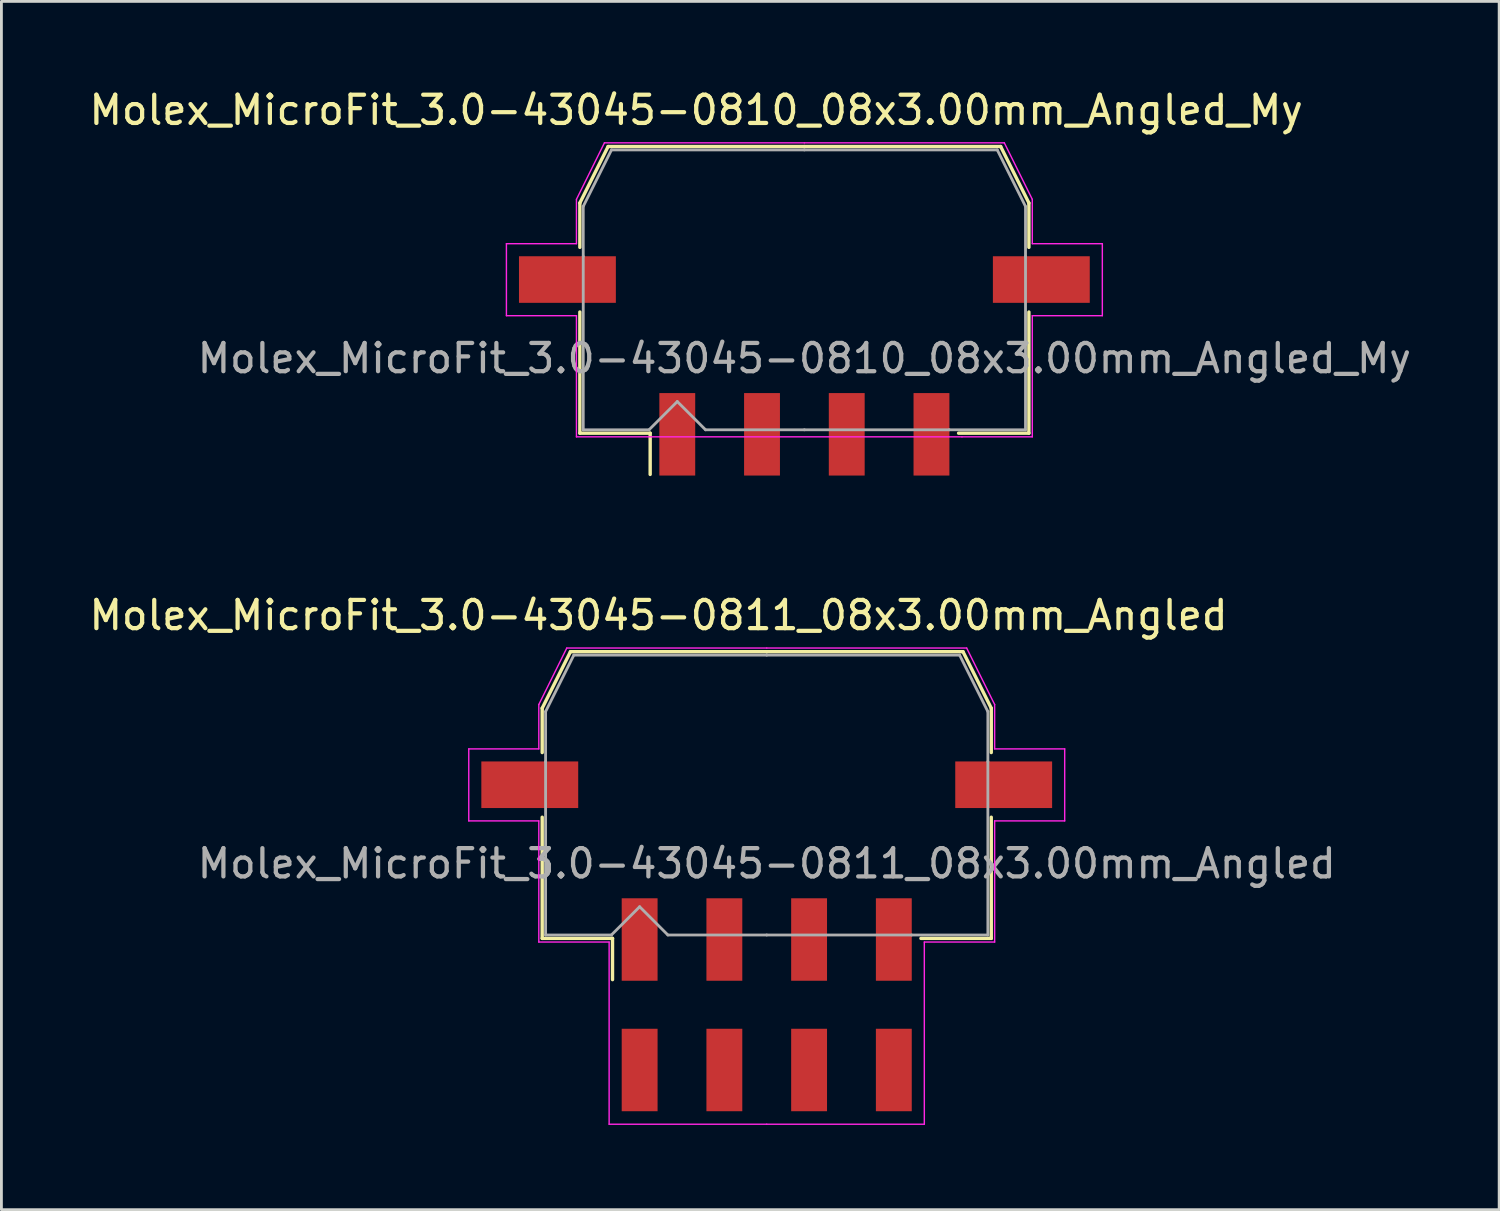
<source format=kicad_pcb>
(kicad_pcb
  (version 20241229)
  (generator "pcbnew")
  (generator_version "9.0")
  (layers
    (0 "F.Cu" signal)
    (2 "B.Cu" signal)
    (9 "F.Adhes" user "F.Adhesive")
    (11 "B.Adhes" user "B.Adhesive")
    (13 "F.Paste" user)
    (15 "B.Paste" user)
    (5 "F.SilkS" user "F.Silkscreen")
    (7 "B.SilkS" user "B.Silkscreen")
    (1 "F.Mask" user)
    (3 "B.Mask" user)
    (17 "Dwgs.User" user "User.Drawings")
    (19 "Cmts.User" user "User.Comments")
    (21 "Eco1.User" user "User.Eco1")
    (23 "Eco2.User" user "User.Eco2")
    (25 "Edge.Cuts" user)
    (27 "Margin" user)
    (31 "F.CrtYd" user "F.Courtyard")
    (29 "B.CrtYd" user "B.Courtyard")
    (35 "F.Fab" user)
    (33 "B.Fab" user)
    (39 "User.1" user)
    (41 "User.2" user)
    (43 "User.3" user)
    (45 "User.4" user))
  (footprint "Molex_MicroFit_3.0-43045-0811_08x3.00mm_Angled"
    (layer "F.Cu")
    (at 24.098 32.526)
    (property "Reference" "Molex_MicroFit_3.0-43045-0811_08x3.00mm_Angled" (at -3.83 -13.79 0) (layer "F.SilkS") (effects (font (size 1 1) (thickness 0.15))))
    (attr smd)
    (fp_line (start -7.95 -10.5) (end -7.95 -8.93) (stroke (width 0.12) (type solid)) (layer "F.SilkS"))
    (fp_line (start -7.95 -6.64) (end -7.95 -2.35) (stroke (width 0.12) (type solid)) (layer "F.SilkS"))
    (fp_line (start -7.95 -2.35) (end -5.46 -2.35) (stroke (width 0.12) (type solid)) (layer "F.SilkS"))
    (fp_line (start -6.95 -12.5) (end -7.95 -10.5) (stroke (width 0.12) (type solid)) (layer "F.SilkS"))
    (fp_line (start -5.46 -2.35) (end -5.46 -0.89) (stroke (width 0.12) (type solid)) (layer "F.SilkS"))
    (fp_line (start 0 -12.5) (end -6.95 -12.5) (stroke (width 0.12) (type solid)) (layer "F.SilkS"))
    (fp_line (start 0 -12.5) (end 6.95 -12.5) (stroke (width 0.12) (type solid)) (layer "F.SilkS"))
    (fp_line (start 6.95 -12.5) (end 7.95 -10.5) (stroke (width 0.12) (type solid)) (layer "F.SilkS"))
    (fp_line (start 7.95 -10.5) (end 7.95 -8.93) (stroke (width 0.12) (type solid)) (layer "F.SilkS"))
    (fp_line (start 7.95 -6.64) (end 7.95 -2.35) (stroke (width 0.12) (type solid)) (layer "F.SilkS"))
    (fp_line (start 7.95 -2.35) (end 5.46 -2.35) (stroke (width 0.12) (type solid)) (layer "F.SilkS"))
    (fp_line (start -10.55 -9.06) (end -10.55 -6.51) (stroke (width 0.05) (type solid)) (layer "F.CrtYd"))
    (fp_line (start -10.55 -6.51) (end -8.07 -6.51) (stroke (width 0.05) (type solid)) (layer "F.CrtYd"))
    (fp_line (start -8.07 -10.63) (end -8.07 -9.06) (stroke (width 0.05) (type solid)) (layer "F.CrtYd"))
    (fp_line (start -8.07 -9.06) (end -10.55 -9.06) (stroke (width 0.05) (type solid)) (layer "F.CrtYd"))
    (fp_line (start -8.07 -6.51) (end -8.07 -2.22) (stroke (width 0.05) (type solid)) (layer "F.CrtYd"))
    (fp_line (start -8.07 -2.22) (end -5.58 -2.22) (stroke (width 0.05) (type solid)) (layer "F.CrtYd"))
    (fp_line (start -7.08 -12.63) (end -8.07 -10.63) (stroke (width 0.05) (type solid)) (layer "F.CrtYd"))
    (fp_line (start -5.58 -2.22) (end -5.58 4.23) (stroke (width 0.05) (type solid)) (layer "F.CrtYd"))
    (fp_line (start -5.58 4.23) (end 0 4.23) (stroke (width 0.05) (type solid)) (layer "F.CrtYd"))
    (fp_line (start 0 -12.63) (end -7.08 -12.63) (stroke (width 0.05) (type solid)) (layer "F.CrtYd"))
    (fp_line (start 0 -12.63) (end 7.08 -12.63) (stroke (width 0.05) (type solid)) (layer "F.CrtYd"))
    (fp_line (start 5.58 -2.22) (end 5.58 4.23) (stroke (width 0.05) (type solid)) (layer "F.CrtYd"))
    (fp_line (start 5.58 4.23) (end 0 4.23) (stroke (width 0.05) (type solid)) (layer "F.CrtYd"))
    (fp_line (start 7.08 -12.63) (end 8.07 -10.63) (stroke (width 0.05) (type solid)) (layer "F.CrtYd"))
    (fp_line (start 8.07 -10.63) (end 8.07 -9.06) (stroke (width 0.05) (type solid)) (layer "F.CrtYd"))
    (fp_line (start 8.07 -9.06) (end 10.55 -9.06) (stroke (width 0.05) (type solid)) (layer "F.CrtYd"))
    (fp_line (start 8.07 -6.51) (end 8.07 -2.22) (stroke (width 0.05) (type solid)) (layer "F.CrtYd"))
    (fp_line (start 8.07 -2.22) (end 5.58 -2.22) (stroke (width 0.05) (type solid)) (layer "F.CrtYd"))
    (fp_line (start 10.55 -9.06) (end 10.55 -6.51) (stroke (width 0.05) (type solid)) (layer "F.CrtYd"))
    (fp_line (start 10.55 -6.51) (end 8.07 -6.51) (stroke (width 0.05) (type solid)) (layer "F.CrtYd"))
    (fp_line (start -7.83 -10.38) (end -7.83 -8.61) (stroke (width 0.1) (type solid)) (layer "F.Fab"))
    (fp_line (start -7.83 -8.61) (end -7.83 -2.47) (stroke (width 0.1) (type solid)) (layer "F.Fab"))
    (fp_line (start -7.83 -2.47) (end -5.5 -2.47) (stroke (width 0.1) (type solid)) (layer "F.Fab"))
    (fp_line (start -6.83 -12.38) (end -7.83 -10.38) (stroke (width 0.1) (type solid)) (layer "F.Fab"))
    (fp_line (start -5.5 -2.47) (end -4.5 -3.47) (stroke (width 0.1) (type solid)) (layer "F.Fab"))
    (fp_line (start -4.5 -3.47) (end -3.5 -2.47) (stroke (width 0.1) (type solid)) (layer "F.Fab"))
    (fp_line (start -3.5 -2.47) (end 0 -2.47) (stroke (width 0.1) (type solid)) (layer "F.Fab"))
    (fp_line (start 0 -12.38) (end -6.83 -12.38) (stroke (width 0.1) (type solid)) (layer "F.Fab"))
    (fp_line (start 0 -12.38) (end 6.83 -12.38) (stroke (width 0.1) (type solid)) (layer "F.Fab"))
    (fp_line (start 5.13 -2.47) (end 0 -2.47) (stroke (width 0.1) (type solid)) (layer "F.Fab"))
    (fp_line (start 6.83 -12.38) (end 7.83 -10.38) (stroke (width 0.1) (type solid)) (layer "F.Fab"))
    (fp_line (start 7.83 -10.38) (end 7.83 -8.61) (stroke (width 0.1) (type solid)) (layer "F.Fab"))
    (fp_line (start 7.83 -8.61) (end 7.83 -2.47) (stroke (width 0.1) (type solid)) (layer "F.Fab"))
    (fp_line (start 7.83 -2.47) (end 5.13 -2.47) (stroke (width 0.1) (type solid)) (layer "F.Fab"))
    (fp_text user "${REFERENCE}" (at 0 -5 0) (layer "F.Fab") (effects (font (size 1 1) (thickness 0.15))))
    (pad "" smd rect (at -8.39 -7.79) (size 3.43 1.65) (layers "F.Cu" "F.Mask" "F.Paste"))
    (pad "" smd rect (at 8.39 -7.79) (size 3.43 1.65) (layers "F.Cu" "F.Mask" "F.Paste"))
    (pad "1" smd rect (at -4.5 -2.31) (size 1.27 2.92) (layers "F.Cu" "F.Mask" "F.Paste"))
    (pad "2" smd rect (at -1.5 -2.31) (size 1.27 2.92) (layers "F.Cu" "F.Mask" "F.Paste"))
    (pad "3" smd rect (at 1.5 -2.31) (size 1.27 2.92) (layers "F.Cu" "F.Mask" "F.Paste"))
    (pad "4" smd rect (at 4.5 -2.31) (size 1.27 2.92) (layers "F.Cu" "F.Mask" "F.Paste"))
    (pad "5" smd rect (at 4.5 2.31) (size 1.27 2.92) (layers "F.Cu" "F.Mask" "F.Paste"))
    (pad "6" smd rect (at 1.5 2.31) (size 1.27 2.92) (layers "F.Cu" "F.Mask" "F.Paste"))
    (pad "7" smd rect (at -1.5 2.31) (size 1.27 2.92) (layers "F.Cu" "F.Mask" "F.Paste"))
    (pad "8" smd rect (at -4.5 2.31) (size 1.27 2.92) (layers "F.Cu" "F.Mask" "F.Paste")))
  (footprint "Molex_MicroFit_3.0-43045-0810_08x3.00mm_Angled_My"
    (layer "F.Cu")
    (at 25.431 14.638)
    (property "Reference" "Molex_MicroFit_3.0-43045-0810_08x3.00mm_Angled_My" (at -3.83 -13.79 0) (layer "F.SilkS") (effects (font (size 1 1) (thickness 0.15))))
    (attr smd)
    (fp_line (start -7.95 -10.5) (end -7.95 -8.93) (stroke (width 0.12) (type solid)) (layer "F.SilkS"))
    (fp_line (start -7.95 -6.64) (end -7.95 -2.35) (stroke (width 0.12) (type solid)) (layer "F.SilkS"))
    (fp_line (start -7.95 -2.35) (end -5.46 -2.35) (stroke (width 0.12) (type solid)) (layer "F.SilkS"))
    (fp_line (start -6.95 -12.5) (end -7.95 -10.5) (stroke (width 0.12) (type solid)) (layer "F.SilkS"))
    (fp_line (start -5.46 -2.35) (end -5.46 -0.89) (stroke (width 0.12) (type solid)) (layer "F.SilkS"))
    (fp_line (start 0 -12.5) (end -6.95 -12.5) (stroke (width 0.12) (type solid)) (layer "F.SilkS"))
    (fp_line (start 0 -12.5) (end 6.95 -12.5) (stroke (width 0.12) (type solid)) (layer "F.SilkS"))
    (fp_line (start 6.95 -12.5) (end 7.95 -10.5) (stroke (width 0.12) (type solid)) (layer "F.SilkS"))
    (fp_line (start 7.95 -10.5) (end 7.95 -8.93) (stroke (width 0.12) (type solid)) (layer "F.SilkS"))
    (fp_line (start 7.95 -6.64) (end 7.95 -2.35) (stroke (width 0.12) (type solid)) (layer "F.SilkS"))
    (fp_line (start 7.95 -2.35) (end 5.46 -2.35) (stroke (width 0.12) (type solid)) (layer "F.SilkS"))
    (fp_line (start -10.55 -9.06) (end -10.55 -6.51) (stroke (width 0.05) (type solid)) (layer "F.CrtYd"))
    (fp_line (start -10.55 -6.51) (end -8.07 -6.51) (stroke (width 0.05) (type solid)) (layer "F.CrtYd"))
    (fp_line (start -8.07 -10.63) (end -8.07 -9.06) (stroke (width 0.05) (type solid)) (layer "F.CrtYd"))
    (fp_line (start -8.07 -9.06) (end -10.55 -9.06) (stroke (width 0.05) (type solid)) (layer "F.CrtYd"))
    (fp_line (start -8.07 -6.51) (end -8.07 -2.22) (stroke (width 0.05) (type solid)) (layer "F.CrtYd"))
    (fp_line (start -8.07 -2.22) (end 5.58 -2.22) (stroke (width 0.05) (type solid)) (layer "F.CrtYd"))
    (fp_line (start -7.08 -12.63) (end -8.07 -10.63) (stroke (width 0.05) (type solid)) (layer "F.CrtYd"))
    (fp_line (start 0 -12.63) (end -7.08 -12.63) (stroke (width 0.05) (type solid)) (layer "F.CrtYd"))
    (fp_line (start 0 -12.63) (end 7.08 -12.63) (stroke (width 0.05) (type solid)) (layer "F.CrtYd"))
    (fp_line (start 7.08 -12.63) (end 8.07 -10.63) (stroke (width 0.05) (type solid)) (layer "F.CrtYd"))
    (fp_line (start 8.07 -10.63) (end 8.07 -9.06) (stroke (width 0.05) (type solid)) (layer "F.CrtYd"))
    (fp_line (start 8.07 -9.06) (end 10.55 -9.06) (stroke (width 0.05) (type solid)) (layer "F.CrtYd"))
    (fp_line (start 8.07 -6.51) (end 8.07 -2.22) (stroke (width 0.05) (type solid)) (layer "F.CrtYd"))
    (fp_line (start 8.07 -2.22) (end 5.58 -2.22) (stroke (width 0.05) (type solid)) (layer "F.CrtYd"))
    (fp_line (start 10.55 -9.06) (end 10.55 -6.51) (stroke (width 0.05) (type solid)) (layer "F.CrtYd"))
    (fp_line (start 10.55 -6.51) (end 8.07 -6.51) (stroke (width 0.05) (type solid)) (layer "F.CrtYd"))
    (fp_line (start -7.83 -10.38) (end -7.83 -8.61) (stroke (width 0.1) (type solid)) (layer "F.Fab"))
    (fp_line (start -7.83 -8.61) (end -7.83 -2.47) (stroke (width 0.1) (type solid)) (layer "F.Fab"))
    (fp_line (start -7.83 -2.47) (end -5.5 -2.47) (stroke (width 0.1) (type solid)) (layer "F.Fab"))
    (fp_line (start -6.83 -12.38) (end -7.83 -10.38) (stroke (width 0.1) (type solid)) (layer "F.Fab"))
    (fp_line (start -5.5 -2.47) (end -4.5 -3.47) (stroke (width 0.1) (type solid)) (layer "F.Fab"))
    (fp_line (start -4.5 -3.47) (end -3.5 -2.47) (stroke (width 0.1) (type solid)) (layer "F.Fab"))
    (fp_line (start -3.5 -2.47) (end 0 -2.47) (stroke (width 0.1) (type solid)) (layer "F.Fab"))
    (fp_line (start 0 -12.38) (end -6.83 -12.38) (stroke (width 0.1) (type solid)) (layer "F.Fab"))
    (fp_line (start 0 -12.38) (end 6.83 -12.38) (stroke (width 0.1) (type solid)) (layer "F.Fab"))
    (fp_line (start 5.13 -2.47) (end 0 -2.47) (stroke (width 0.1) (type solid)) (layer "F.Fab"))
    (fp_line (start 6.83 -12.38) (end 7.83 -10.38) (stroke (width 0.1) (type solid)) (layer "F.Fab"))
    (fp_line (start 7.83 -10.38) (end 7.83 -8.61) (stroke (width 0.1) (type solid)) (layer "F.Fab"))
    (fp_line (start 7.83 -8.61) (end 7.83 -2.47) (stroke (width 0.1) (type solid)) (layer "F.Fab"))
    (fp_line (start 7.83 -2.47) (end 5.13 -2.47) (stroke (width 0.1) (type solid)) (layer "F.Fab"))
    (fp_text user "${REFERENCE}" (at 0 -5 0) (layer "F.Fab") (effects (font (size 1 1) (thickness 0.15))))
    (pad "" smd rect (at -8.39 -7.79) (size 3.43 1.65) (layers "F.Cu" "F.Mask" "F.Paste"))
    (pad "" smd rect (at 8.39 -7.79) (size 3.43 1.65) (layers "F.Cu" "F.Mask" "F.Paste"))
    (pad "1" smd rect (at -4.5 -2.31) (size 1.27 2.92) (layers "F.Cu" "F.Mask" "F.Paste"))
    (pad "2" smd rect (at -1.5 -2.31) (size 1.27 2.92) (layers "F.Cu" "F.Mask" "F.Paste"))
    (pad "3" smd rect (at 1.5 -2.31) (size 1.27 2.92) (layers "F.Cu" "F.Mask" "F.Paste"))
    (pad "4" smd rect (at 4.5 -2.31) (size 1.27 2.92) (layers "F.Cu" "F.Mask" "F.Paste")))
  (gr_rect
    (start -3 -3)
    (end 50.032 39.782)
    (stroke (width 0.1) (type default))
    (fill no)
    (layer "Edge.Cuts")))
</source>
